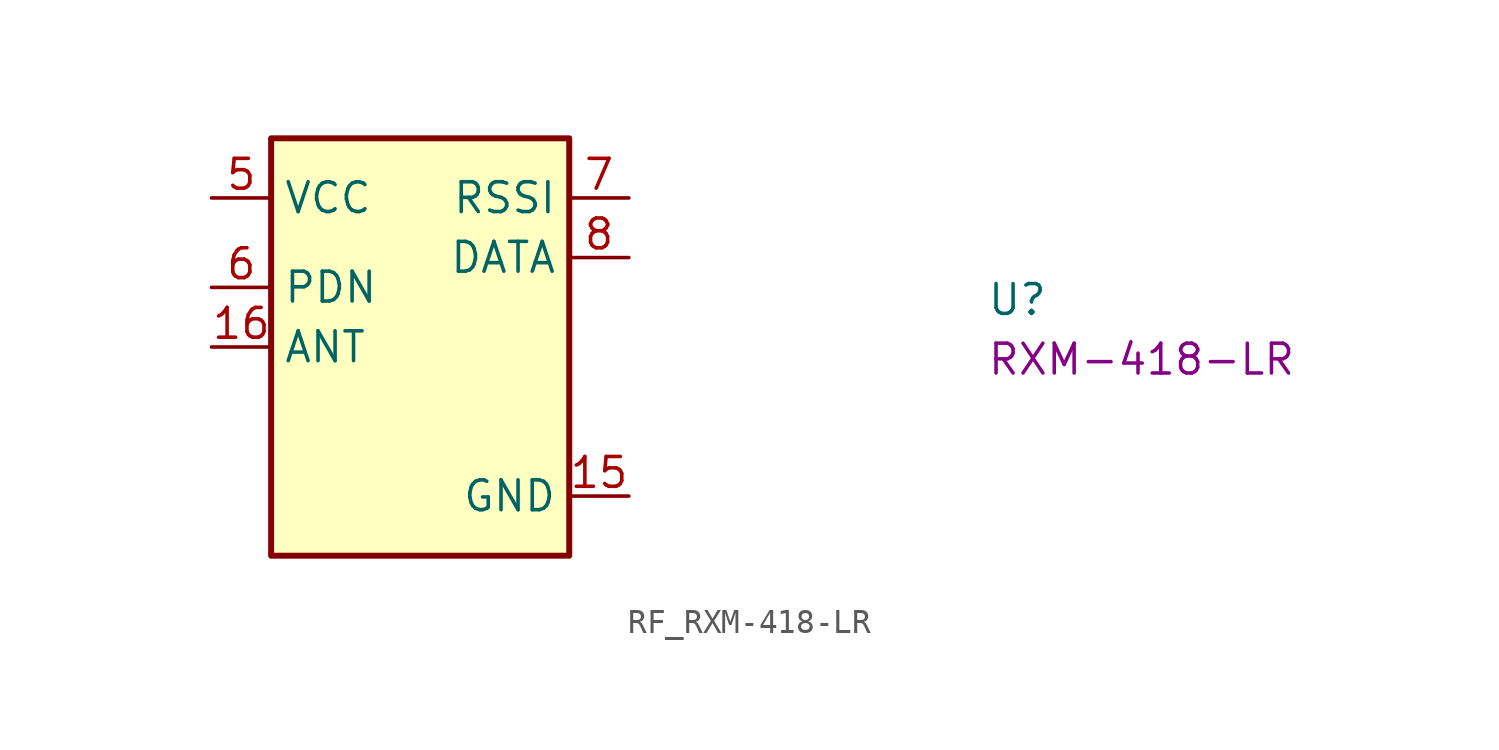
<source format=kicad_sym>
(kicad_symbol_lib
  (version 20231120)
  (generator "kicad_symbol_editor")
  (generator_version "8.0")
  (symbol "RF_RXM-418-LR"
    (property "Reference" "U"
      (at 33.02 -5.08 0)
      (effects (font (size 1.27 1.27) (thickness 0.15)) (justify left bottom)))
    (property "MPN" "RXM-418-LR"
      (at 33.02 -7.62 0)
      (effects (font (size 1.27 1.27) (thickness 0.15)) (justify left bottom)))
    (symbol "RF_RXM-418-LR_1_1"
      (rectangle (start 2.54 2.54) (end 15.24 -15.24) (stroke (width 0.254) (type default)) (fill (type background)))
      (pin no_connect line (at 15.24 -5.08 180) (length 2.54) hide (name "NC" (effects (font (size 1.27 1.27)))) (number "1" (effects (font (size 1.27 1.27)))))
      (pin no_connect line (at 15.24 -10.16 180) (length 2.54) hide (name "NC" (effects (font (size 1.27 1.27)))) (number "10" (effects (font (size 1.27 1.27)))))
      (pin no_connect line (at 2.54 -12.7 0) (length 2.54) hide (name "NC" (effects (font (size 1.27 1.27)))) (number "11" (effects (font (size 1.27 1.27)))))
      (pin no_connect line (at 2.54 -8.89 0) (length 2.54) hide (name "NC" (effects (font (size 1.27 1.27)))) (number "12" (effects (font (size 1.27 1.27)))))
      (pin no_connect line (at 2.54 -10.16 0) (length 2.54) hide (name "NC" (effects (font (size 1.27 1.27)))) (number "13" (effects (font (size 1.27 1.27)))))
      (pin no_connect line (at 2.54 -11.43 0) (length 2.54) hide (name "NC" (effects (font (size 1.27 1.27)))) (number "14" (effects (font (size 1.27 1.27)))))
      (pin power_in line (at 17.78 -12.7 180) (length 2.54) (name "GND" (effects (font (size 1.27 1.27)))) (number "15" (effects (font (size 1.27 1.27)))))
      (pin input line (at 0 -6.35 0) (length 2.54) (name "ANT" (effects (font (size 1.27 1.27)))) (number "16" (effects (font (size 1.27 1.27)))))
      (pin no_connect line (at 15.24 -6.35 180) (length 2.54) hide (name "NC" (effects (font (size 1.27 1.27)))) (number "2" (effects (font (size 1.27 1.27)))))
      (pin no_connect line (at 15.24 -7.62 180) (length 2.54) hide (name "NC" (effects (font (size 1.27 1.27)))) (number "3" (effects (font (size 1.27 1.27)))))
      (pin passive line (at 17.78 -12.7 180) (length 2.54) hide (name "GND" (effects (font (size 1.27 1.27)))) (number "4" (effects (font (size 1.27 1.27)))))
      (pin power_in line (at 0 0 0) (length 2.54) (name "VCC" (effects (font (size 1.27 1.27)))) (number "5" (effects (font (size 1.27 1.27)))))
      (pin input line (at 0 -3.81 0) (length 2.54) (name "PDN" (effects (font (size 1.27 1.27)))) (number "6" (effects (font (size 1.27 1.27)))))
      (pin output line (at 17.78 0 180) (length 2.54) (name "RSSI" (effects (font (size 1.27 1.27)))) (number "7" (effects (font (size 1.27 1.27)))))
      (pin output line (at 17.78 -2.54 180) (length 2.54) (name "DATA" (effects (font (size 1.27 1.27)))) (number "8" (effects (font (size 1.27 1.27)))))
      (pin no_connect line (at 15.24 -8.89 180) (length 2.54) hide (name "NC" (effects (font (size 1.27 1.27)))) (number "9" (effects (font (size 1.27 1.27))))))))
</source>
